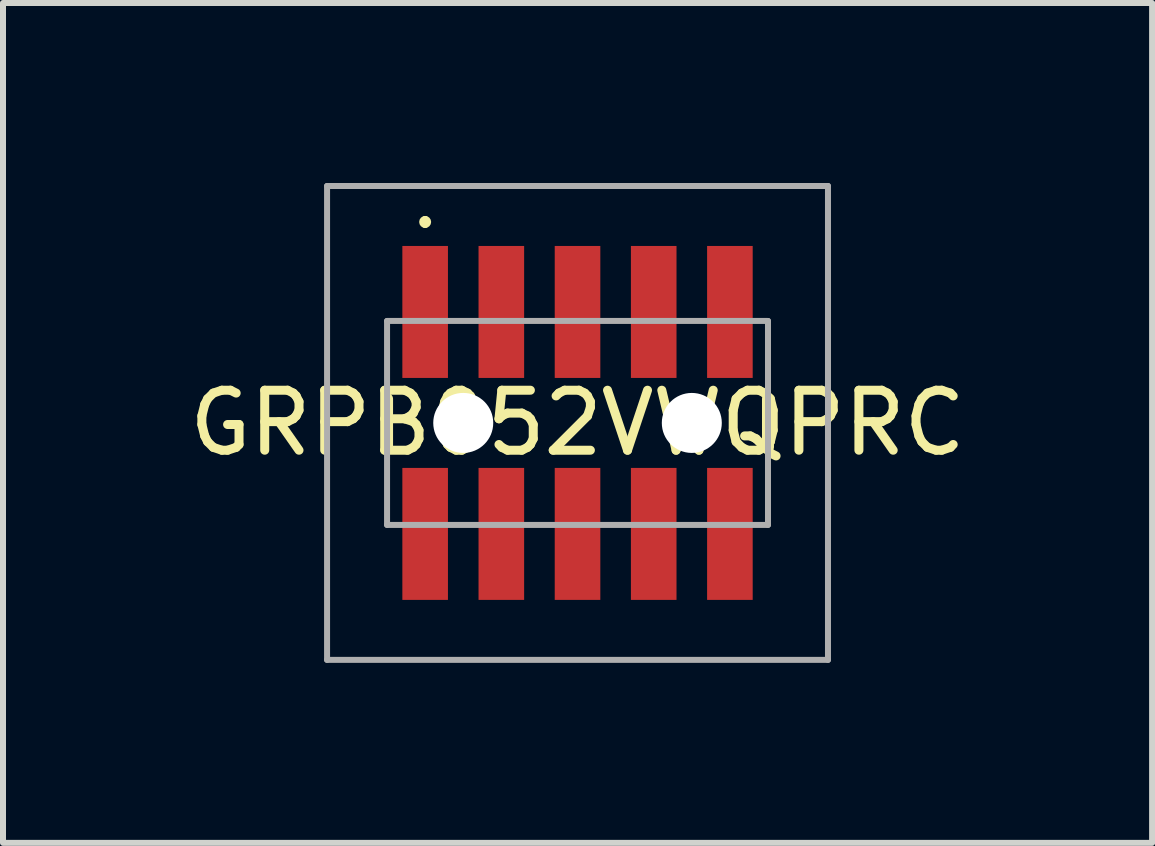
<source format=kicad_pcb>
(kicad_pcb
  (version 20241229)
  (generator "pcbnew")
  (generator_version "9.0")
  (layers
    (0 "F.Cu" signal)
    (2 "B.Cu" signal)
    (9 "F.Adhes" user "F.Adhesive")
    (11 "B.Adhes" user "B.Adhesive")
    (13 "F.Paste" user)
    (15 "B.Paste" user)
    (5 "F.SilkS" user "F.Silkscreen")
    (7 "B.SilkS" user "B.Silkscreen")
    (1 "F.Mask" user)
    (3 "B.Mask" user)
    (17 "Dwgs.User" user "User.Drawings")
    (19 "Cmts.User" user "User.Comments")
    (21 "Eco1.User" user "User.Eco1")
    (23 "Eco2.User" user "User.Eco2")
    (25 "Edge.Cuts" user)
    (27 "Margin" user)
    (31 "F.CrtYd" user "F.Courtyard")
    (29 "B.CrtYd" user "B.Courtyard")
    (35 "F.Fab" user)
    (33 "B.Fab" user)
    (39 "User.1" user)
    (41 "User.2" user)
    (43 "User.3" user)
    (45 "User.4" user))
  (footprint "GRPB052VWQPRC"
    (layer "F.Cu")
    (at 6.577 4)
    (property "Reference" "GRPB052VWQPRC" (at 0 0 0) (layer "F.SilkS") (effects (font (size 1 1) (thickness 0.15))))
    (attr smd)
    (fp_line (start -3.175 0.4) (end -3.175 -0.4) (stroke (width 0.2) (type solid)) (layer "F.SilkS"))
    (fp_line (start -2.54 -3.4) (end -2.54 -3.4) (stroke (width 0.1) (type solid)) (layer "F.SilkS"))
    (fp_line (start -2.54 -3.3) (end -2.54 -3.3) (stroke (width 0.1) (type solid)) (layer "F.SilkS"))
    (fp_line (start 3.175 0.4) (end 3.175 -0.4) (stroke (width 0.2) (type solid)) (layer "F.SilkS"))
    (fp_arc (start -2.54 -3.4) (mid -2.49 -3.35) (end -2.54 -3.3) (stroke (width 0.1) (type solid)) (layer "F.SilkS"))
    (fp_arc (start -2.54 -3.3) (mid -2.59 -3.35) (end -2.54 -3.4) (stroke (width 0.1) (type solid)) (layer "F.SilkS"))
    (fp_line (start -4.175 -3.95) (end 4.175 -3.95) (stroke (width 0.1) (type solid)) (layer "F.Fab"))
    (fp_line (start -4.175 3.95) (end -4.175 -3.95) (stroke (width 0.1) (type solid)) (layer "F.Fab"))
    (fp_line (start -3.175 -1.7) (end -3.175 1.7) (stroke (width 0.1) (type solid)) (layer "F.Fab"))
    (fp_line (start -3.175 1.7) (end 3.175 1.7) (stroke (width 0.1) (type solid)) (layer "F.Fab"))
    (fp_line (start 3.175 -1.7) (end -3.175 -1.7) (stroke (width 0.1) (type solid)) (layer "F.Fab"))
    (fp_line (start 3.175 1.7) (end 3.175 -1.7) (stroke (width 0.1) (type solid)) (layer "F.Fab"))
    (fp_line (start 4.175 -3.95) (end 4.175 3.95) (stroke (width 0.1) (type solid)) (layer "F.Fab"))
    (fp_line (start 4.175 3.95) (end -4.175 3.95) (stroke (width 0.1) (type solid)) (layer "F.Fab"))
    (pad "" np_thru_hole circle (at -1.905 0) (size 1 1) (drill 1) (layers "*.Cu" "*.Mask"))
    (pad "" np_thru_hole circle (at 1.905 0) (size 1 1) (drill 1) (layers "*.Cu" "*.Mask"))
    (pad "1" smd rect (at -2.54 -1.85) (size 0.76 2.2) (layers "F.Cu" "F.Mask" "F.Paste"))
    (pad "2" smd rect (at -2.54 1.85) (size 0.76 2.2) (layers "F.Cu" "F.Mask" "F.Paste"))
    (pad "3" smd rect (at -1.27 -1.85) (size 0.76 2.2) (layers "F.Cu" "F.Mask" "F.Paste"))
    (pad "4" smd rect (at -1.27 1.85) (size 0.76 2.2) (layers "F.Cu" "F.Mask" "F.Paste"))
    (pad "5" smd rect (at 0 -1.85) (size 0.76 2.2) (layers "F.Cu" "F.Mask" "F.Paste"))
    (pad "6" smd rect (at 0 1.85) (size 0.76 2.2) (layers "F.Cu" "F.Mask" "F.Paste"))
    (pad "7" smd rect (at 1.27 -1.85) (size 0.76 2.2) (layers "F.Cu" "F.Mask" "F.Paste"))
    (pad "8" smd rect (at 1.27 1.85) (size 0.76 2.2) (layers "F.Cu" "F.Mask" "F.Paste"))
    (pad "9" smd rect (at 2.54 -1.85) (size 0.76 2.2) (layers "F.Cu" "F.Mask" "F.Paste"))
    (pad "10" smd rect (at 2.54 1.85) (size 0.76 2.2) (layers "F.Cu" "F.Mask" "F.Paste")))
  (gr_rect
    (start -3 -3)
    (end 16.155 11)
    (stroke (width 0.1) (type default))
    (fill no)
    (layer "Edge.Cuts")))
</source>
